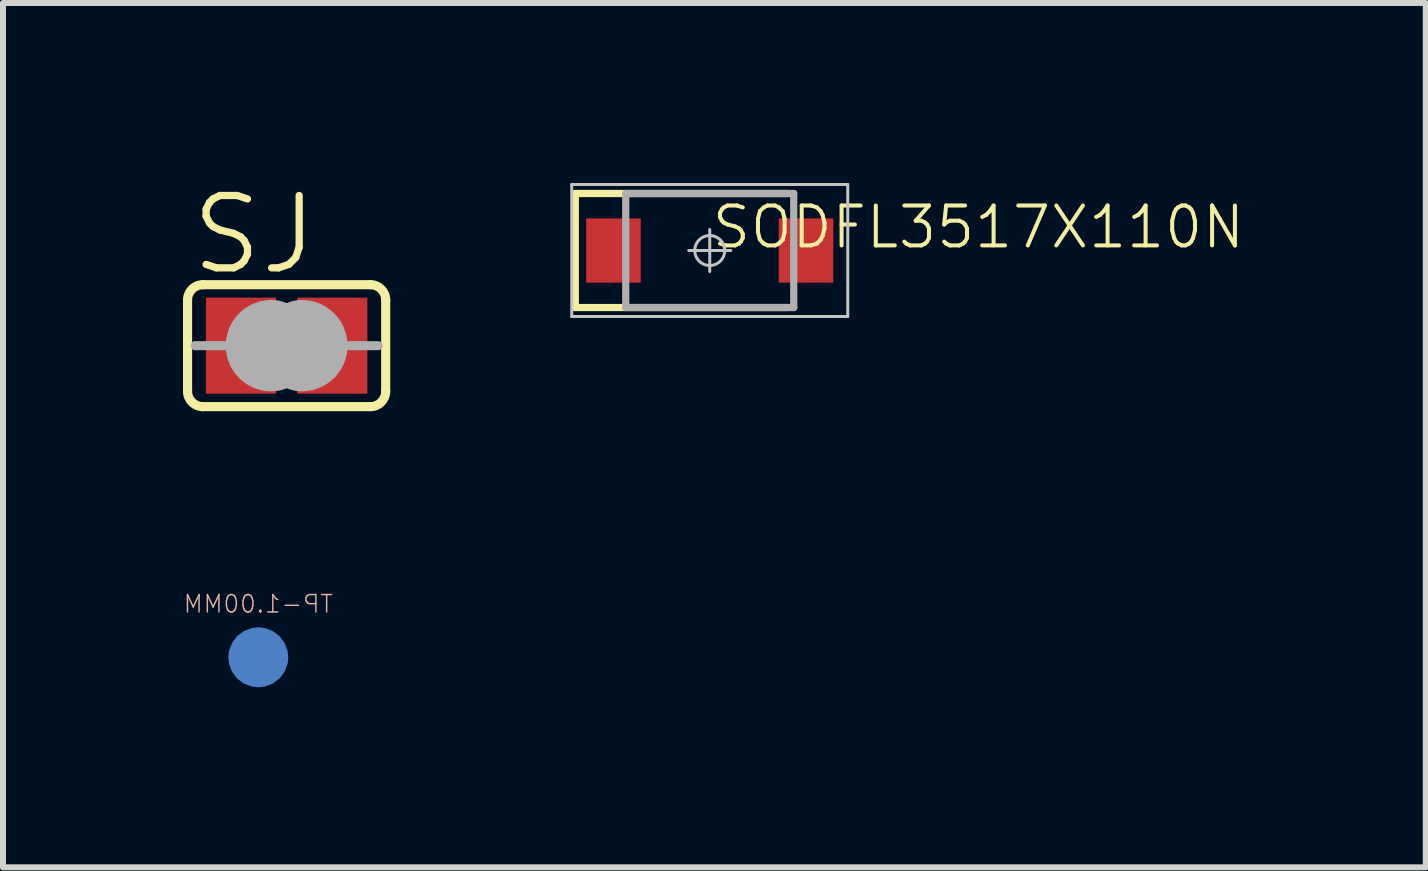
<source format=kicad_pcb>
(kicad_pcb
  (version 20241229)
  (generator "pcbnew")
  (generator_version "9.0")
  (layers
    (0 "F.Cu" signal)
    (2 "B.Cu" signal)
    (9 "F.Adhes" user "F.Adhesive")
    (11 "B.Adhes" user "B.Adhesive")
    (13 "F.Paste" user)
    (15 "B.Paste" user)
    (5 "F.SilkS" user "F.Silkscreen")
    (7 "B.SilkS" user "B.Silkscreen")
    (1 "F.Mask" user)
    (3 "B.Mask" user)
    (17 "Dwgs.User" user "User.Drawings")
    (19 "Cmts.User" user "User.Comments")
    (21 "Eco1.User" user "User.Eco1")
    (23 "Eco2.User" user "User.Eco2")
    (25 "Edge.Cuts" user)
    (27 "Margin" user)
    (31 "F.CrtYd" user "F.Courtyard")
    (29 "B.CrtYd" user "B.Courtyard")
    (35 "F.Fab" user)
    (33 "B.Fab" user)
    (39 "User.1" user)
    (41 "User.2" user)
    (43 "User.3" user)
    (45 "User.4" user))
  (footprint "SODFL3517X110N"
    (layer "F.Cu")
    (at 8.779 1.125)
    (property "Reference" "SODFL3517X110N" (at 0 0 180) (layer "F.SilkS") (effects (font (size 0.665 0.665) (thickness 0.067)) (justify left bottom)))
    (attr through_hole)
    (fp_line (start -2.24 -0.95) (end -2.24 0.95) (stroke (width 0.12) (type solid)) (layer "F.SilkS"))
    (fp_line (start -2.24 0.95) (end 1.3 0.95) (stroke (width 0.12) (type solid)) (layer "F.SilkS"))
    (fp_line (start 1.3 -0.95) (end -2.24 -0.95) (stroke (width 0.12) (type solid)) (layer "F.SilkS"))
    (fp_line (start -2.3 -1.1) (end 2.3 -1.1) (stroke (width 0.05) (type solid)) (layer "Dwgs.User"))
    (fp_line (start -2.3 1.1) (end -2.3 -1.1) (stroke (width 0.05) (type solid)) (layer "Dwgs.User"))
    (fp_line (start 0 -0.35) (end 0 0.35) (stroke (width 0.05) (type solid)) (layer "Dwgs.User"))
    (fp_line (start 0.35 0) (end -0.35 0) (stroke (width 0.05) (type solid)) (layer "Dwgs.User"))
    (fp_line (start 2.3 -1.1) (end 2.3 1.1) (stroke (width 0.05) (type solid)) (layer "Dwgs.User"))
    (fp_line (start 2.3 1.1) (end -2.3 1.1) (stroke (width 0.05) (type solid)) (layer "Dwgs.User"))
    (fp_circle (center 0 0) (end 0.25 0) (stroke (width 0.05) (type solid)) (fill no) (layer "Dwgs.User"))
    (fp_line (start -1.4 -0.95) (end 1.4 -0.95) (stroke (width 0.12) (type solid)) (layer "F.Fab"))
    (fp_line (start -1.4 0.95) (end -1.4 -0.95) (stroke (width 0.12) (type solid)) (layer "F.Fab"))
    (fp_line (start 1.4 -0.95) (end 1.4 0.95) (stroke (width 0.12) (type solid)) (layer "F.Fab"))
    (fp_line (start 1.4 0.95) (end -1.4 0.95) (stroke (width 0.12) (type solid)) (layer "F.Fab"))
    (pad "A" smd roundrect (at 1.605 0) (size 0.91 1.07) (layers "F.Cu" "F.Mask" "F.Paste") (roundrect_rratio 0.01))
    (pad "C" smd roundrect (at -1.605 0 180) (size 0.91 1.07) (layers "F.Cu" "F.Mask" "F.Paste") (roundrect_rratio 0.01)))
  (footprint "TP-1.00MM"
    (layer "F.Cu")
    (at 1.255 7.905)
    (property "Reference" "TP-1.00MM" (at 0 -0.889 0) (layer "B.SilkS") (effects (font (size 0.29 0.29) (thickness 0.024)) (justify mirror)))
    (attr through_hole)
    (pad "X" smd roundrect (at 0 0) (size 1 1) (layers "B.Cu" "B.Mask") (roundrect_rratio 0.5)))
  (footprint "SJ"
    (layer "F.Cu")
    (at 1.727 2.711)
    (property "Reference" "SJ" (at -1.651 -1.143 0) (layer "F.SilkS") (effects (font (size 1.206 1.206) (thickness 0.121)) (justify left bottom)))
    (attr through_hole)
    (fp_poly (pts (xy -0.076 0.914) (xy 0.076 0.914) (xy 0.076 -0.914) (xy -0.076 -0.914)) (stroke (width 0) (type solid)) (fill yes) (layer "F.Mask"))
    (fp_line (start -1.651 0.762) (end -1.651 -0.762) (stroke (width 0.152) (type solid)) (layer "F.SilkS"))
    (fp_line (start -1.397 -1.016) (end 1.397 -1.016) (stroke (width 0.152) (type solid)) (layer "F.SilkS"))
    (fp_line (start 1.397 1.016) (end -1.397 1.016) (stroke (width 0.152) (type solid)) (layer "F.SilkS"))
    (fp_line (start 1.651 0.762) (end 1.651 -0.762) (stroke (width 0.152) (type solid)) (layer "F.SilkS"))
    (fp_arc (start -1.651 -0.762) (mid -1.576605 -0.941605) (end -1.397 -1.016) (stroke (width 0.1524) (type solid)) (layer "F.SilkS"))
    (fp_arc (start -1.397 1.016) (mid -1.576605 0.941605) (end -1.651 0.762) (stroke (width 0.1524) (type solid)) (layer "F.SilkS"))
    (fp_arc (start 1.397 -1.016) (mid 1.576605 -0.941605) (end 1.651 -0.762) (stroke (width 0.1524) (type solid)) (layer "F.SilkS"))
    (fp_arc (start 1.651 0.762) (mid 1.576605 0.941605) (end 1.397 1.016) (stroke (width 0.1524) (type solid)) (layer "F.SilkS"))
    (fp_line (start -1.016 0) (end -1.524 0) (stroke (width 0.152) (type solid)) (layer "F.Fab"))
    (fp_line (start 1.016 0) (end 1.524 0) (stroke (width 0.152) (type solid)) (layer "F.Fab"))
    (fp_arc (start -0.254 0.127) (mid -0.381 0) (end -0.254 -0.127) (stroke (width 1.27) (type solid)) (layer "F.Fab"))
    (fp_arc (start 0.254 -0.127) (mid 0.381 0) (end 0.254 0.127) (stroke (width 1.27) (type solid)) (layer "F.Fab"))
    (pad "1" smd rect (at -0.762 0) (size 1.168 1.6) (layers "F.Cu" "F.Mask" "F.Paste"))
    (pad "2" smd rect (at 0.762 0) (size 1.168 1.6) (layers "F.Cu" "F.Mask" "F.Paste")))
  (gr_rect
    (start -3 -3)
    (end 20.713 11.405)
    (stroke (width 0.1) (type default))
    (fill no)
    (layer "Edge.Cuts")))
</source>
